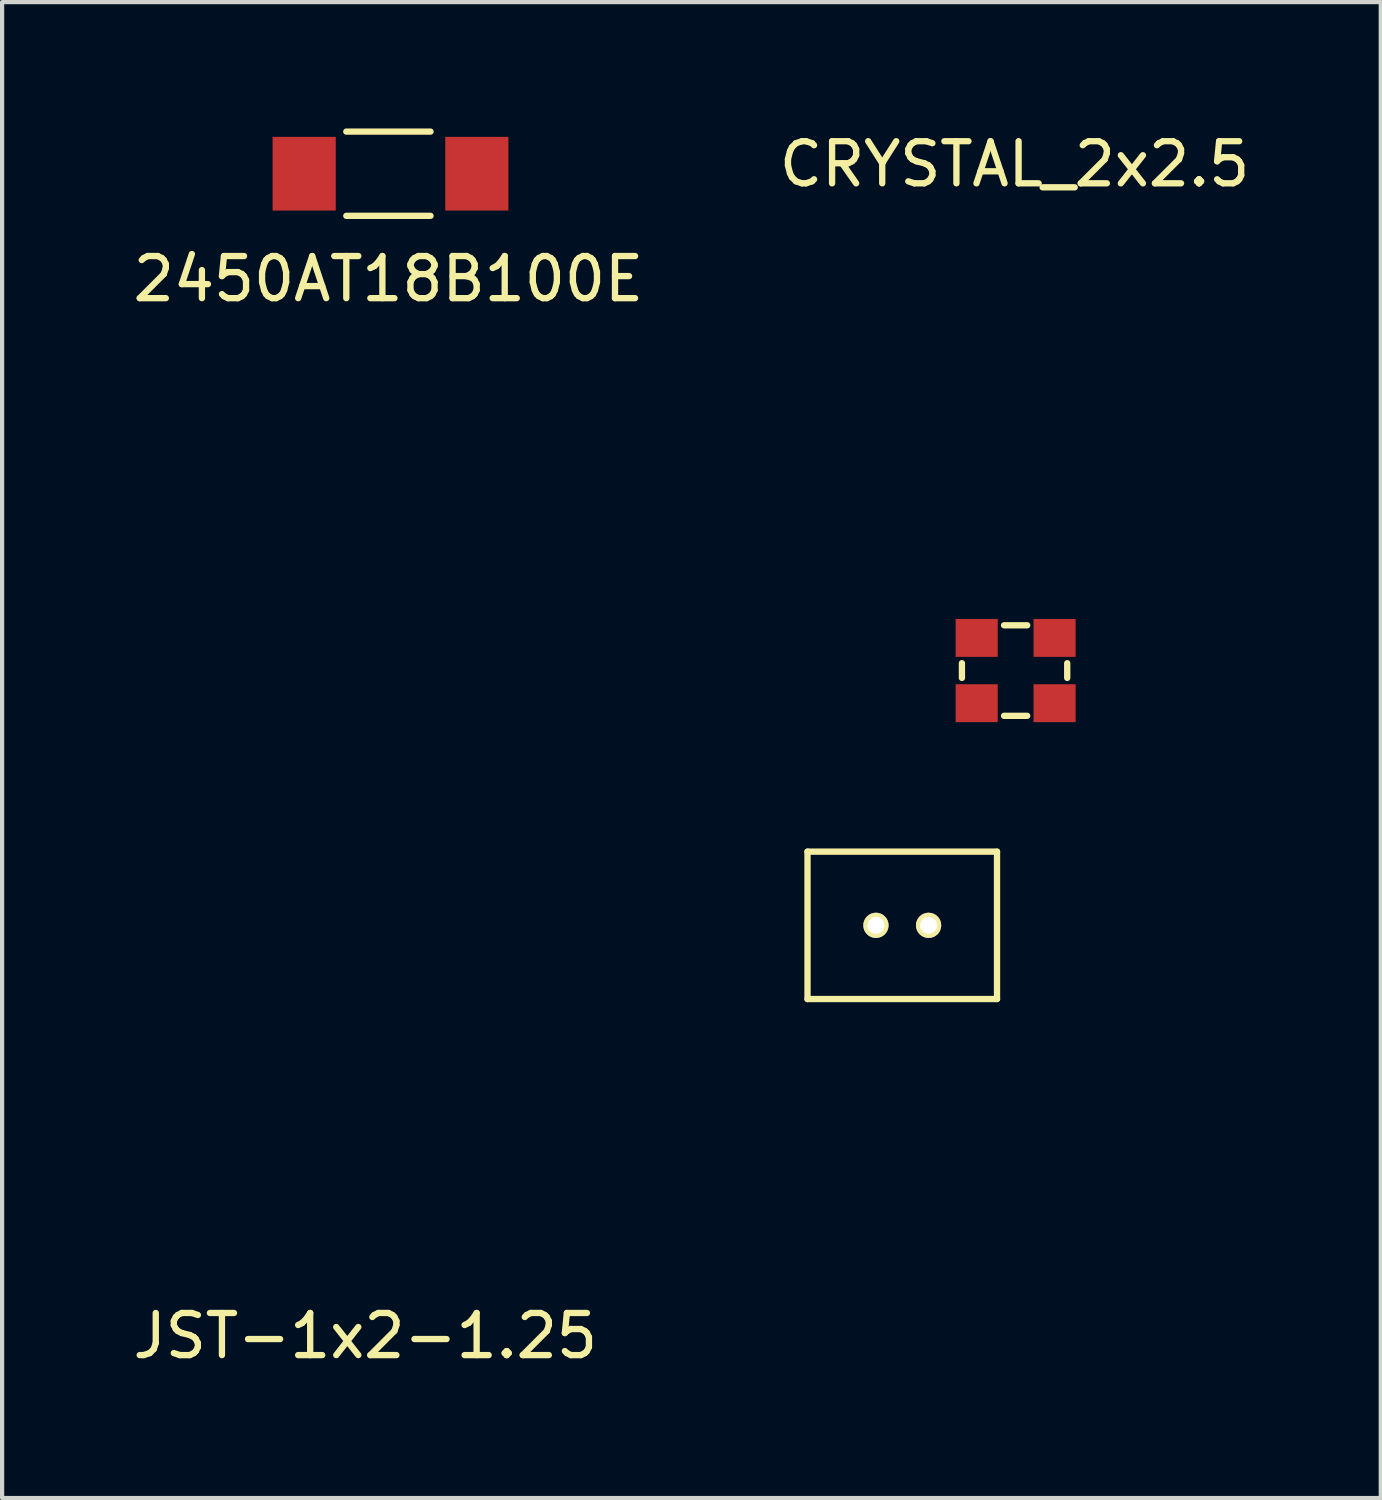
<source format=kicad_pcb>
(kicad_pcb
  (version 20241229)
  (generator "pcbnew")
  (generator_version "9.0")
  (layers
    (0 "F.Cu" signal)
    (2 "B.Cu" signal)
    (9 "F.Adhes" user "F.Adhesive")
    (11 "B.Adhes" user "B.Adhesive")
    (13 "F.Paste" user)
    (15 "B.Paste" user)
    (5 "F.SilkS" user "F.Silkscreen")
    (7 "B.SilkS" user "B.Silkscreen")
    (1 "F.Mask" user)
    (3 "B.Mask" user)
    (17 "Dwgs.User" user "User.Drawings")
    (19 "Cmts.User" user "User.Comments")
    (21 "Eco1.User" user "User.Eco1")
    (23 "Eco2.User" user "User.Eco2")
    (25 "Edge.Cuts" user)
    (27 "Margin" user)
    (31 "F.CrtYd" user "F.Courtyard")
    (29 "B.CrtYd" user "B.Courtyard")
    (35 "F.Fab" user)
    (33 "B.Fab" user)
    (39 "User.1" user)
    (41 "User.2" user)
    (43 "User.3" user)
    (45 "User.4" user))
  (footprint "2450AT18B100E"
    (layer "F.Cu")
    (at 6.173 1.075)
    (property "Reference" "2450AT18B100E" (at 0 2.5 0) (layer "F.SilkS") (effects (font (size 1 1) (thickness 0.15))))
    (attr through_hole)
    (fp_line (start -1 -1) (end 1 -1) (stroke (width 0.15) (type solid)) (layer "F.SilkS"))
    (fp_line (start -1 1) (end 1 1) (stroke (width 0.15) (type solid)) (layer "F.SilkS"))
    (pad "1" smd rect (at -2 0) (size 1.5 1.75) (layers "F.Cu" "F.Mask" "F.Paste"))
    (pad "2" smd rect (at 2.1 0) (size 1.5 1.75) (layers "F.Cu" "F.Mask" "F.Paste")))
  (footprint "JST-1x2-1.25"
    (layer "F.Cu")
    (at 20.625 20.673)
    (property "Reference" "JST-1x2-1.25" (at -15 8 0) (layer "F.SilkS") (effects (font (size 1 1) (thickness 0.15))))
    (attr through_hole)
    (fp_line (start -4.5 -3.5) (end 0 -3.5) (stroke (width 0.15) (type solid)) (layer "F.SilkS"))
    (fp_line (start -4.5 0) (end -4.5 -3.5) (stroke (width 0.15) (type solid)) (layer "F.SilkS"))
    (fp_line (start 0 -3.5) (end 0 0) (stroke (width 0.15) (type solid)) (layer "F.SilkS"))
    (fp_line (start 0 0) (end -4.5 0) (stroke (width 0.15) (type solid)) (layer "F.SilkS"))
    (pad "1" thru_hole circle (at -2.875 -1.75) (size 0.6 0.6) (drill 0.4) (layers "*.Cu" "*.Mask" "F.SilkS"))
    (pad "2" thru_hole circle (at -1.625 -1.75) (size 0.6 0.6) (drill 0.4) (layers "*.Cu" "*.Mask" "F.SilkS")))
  (footprint "CRYSTAL_2x2.5"
    (layer "F.Cu")
    (at 21.042 12.848)
    (property "Reference" "CRYSTAL_2x2.5" (at 0 -12 0) (layer "F.SilkS") (effects (font (size 1 1) (thickness 0.15))))
    (attr through_hole)
    (fp_line (start -1.25 -0.15) (end -1.25 0.2) (stroke (width 0.15) (type solid)) (layer "F.SilkS"))
    (fp_line (start -0.25 -1.05) (end 0.3 -1.05) (stroke (width 0.15) (type solid)) (layer "F.SilkS"))
    (fp_line (start -0.25 1.1) (end 0.3 1.1) (stroke (width 0.15) (type solid)) (layer "F.SilkS"))
    (fp_line (start 1.25 -0.15) (end 1.25 0.2) (stroke (width 0.15) (type solid)) (layer "F.SilkS"))
    (pad "1" smd rect (at -0.9 0.8) (size 1 0.9) (layers "F.Cu" "F.Mask" "F.Paste"))
    (pad "2" smd rect (at 0.95 0.8) (size 1 0.9) (layers "F.Cu" "F.Mask" "F.Paste"))
    (pad "3" smd rect (at 0.95 -0.75) (size 1 0.9) (layers "F.Cu" "F.Mask" "F.Paste"))
    (pad "4" smd rect (at -0.9 -0.75) (size 1 0.9) (layers "F.Cu" "F.Mask" "F.Paste")))
  (gr_rect
    (start -3 -3)
    (end 29.738 32.522)
    (stroke (width 0.1) (type default))
    (fill no)
    (layer "Edge.Cuts")))
</source>
